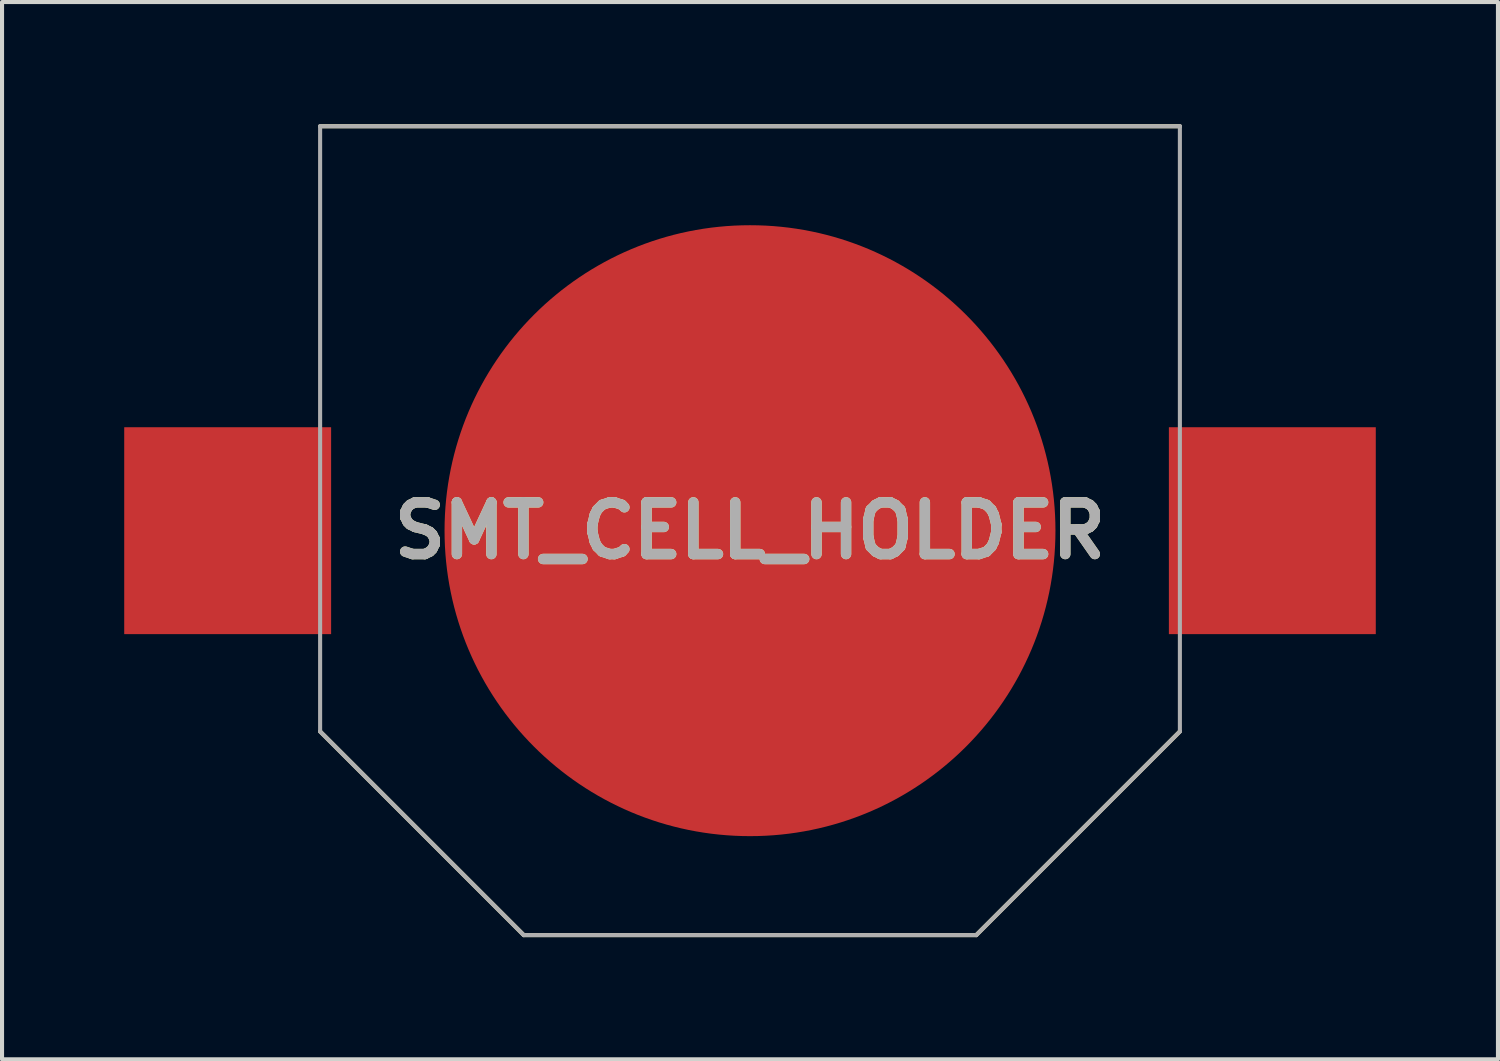
<source format=kicad_pcb>
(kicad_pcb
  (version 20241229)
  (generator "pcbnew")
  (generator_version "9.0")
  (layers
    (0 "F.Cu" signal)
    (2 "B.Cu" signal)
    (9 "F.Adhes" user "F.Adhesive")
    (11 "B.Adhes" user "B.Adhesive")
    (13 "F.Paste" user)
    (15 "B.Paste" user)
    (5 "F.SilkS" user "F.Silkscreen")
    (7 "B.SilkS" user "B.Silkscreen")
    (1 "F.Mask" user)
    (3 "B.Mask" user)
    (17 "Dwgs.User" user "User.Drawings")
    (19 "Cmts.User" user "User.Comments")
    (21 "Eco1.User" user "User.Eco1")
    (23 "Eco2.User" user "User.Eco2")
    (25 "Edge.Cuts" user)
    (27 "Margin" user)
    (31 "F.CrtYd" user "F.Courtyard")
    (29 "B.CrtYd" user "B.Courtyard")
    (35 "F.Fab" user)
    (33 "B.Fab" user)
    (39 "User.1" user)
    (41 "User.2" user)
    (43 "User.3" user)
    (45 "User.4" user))
  (footprint "SMT_CELL_HOLDER"
    (layer "F.Cu")
    (at 15.365 9.98)
    (property "Reference" "SMT_CELL_HOLDER" (at 0 0 0) (layer "F.SilkS") (effects (font (size 1.27 1.27) (thickness 0.254))))
    (attr smd)
    (fp_line (start -10.555 -9.93) (end 10.555 -9.93) (stroke (width 0.1) (type solid)) (layer "F.SilkS"))
    (fp_line (start -10.555 4.93) (end -5.555 9.93) (stroke (width 0.1) (type solid)) (layer "F.SilkS"))
    (fp_line (start -5.555 9.93) (end 5.555 9.93) (stroke (width 0.1) (type solid)) (layer "F.SilkS"))
    (fp_line (start 5.555 9.93) (end 10.555 4.93) (stroke (width 0.1) (type solid)) (layer "F.SilkS"))
    (fp_line (start -10.555 -9.93) (end 10.555 -9.93) (stroke (width 0.1) (type solid)) (layer "F.Fab"))
    (fp_line (start -10.555 4.93) (end -10.555 -9.93) (stroke (width 0.1) (type solid)) (layer "F.Fab"))
    (fp_line (start -5.555 9.93) (end -10.555 4.93) (stroke (width 0.1) (type solid)) (layer "F.Fab"))
    (fp_line (start 5.555 9.93) (end -5.555 9.93) (stroke (width 0.1) (type solid)) (layer "F.Fab"))
    (fp_line (start 10.555 -9.93) (end 10.555 4.93) (stroke (width 0.1) (type solid)) (layer "F.Fab"))
    (fp_line (start 10.555 4.93) (end 5.555 9.93) (stroke (width 0.1) (type solid)) (layer "F.Fab"))
    (fp_text user "${REFERENCE}" (at 0 0 0) (layer "F.Fab") (effects (font (size 1.27 1.27) (thickness 0.254))))
    (pad "1" smd rect (at -12.825 0 90) (size 5.08 5.08) (layers "F.Cu" "F.Mask" "F.Paste"))
    (pad "2" smd circle (at 0 0 90) (size 15 15) (layers "F.Cu" "F.Mask" "F.Paste"))
    (pad "3" smd rect (at 12.825 0 90) (size 5.08 5.08) (layers "F.Cu" "F.Mask" "F.Paste")))
  (gr_rect
    (start -3 -3)
    (end 33.73 22.96)
    (stroke (width 0.1) (type default))
    (fill no)
    (layer "Edge.Cuts")))
</source>
